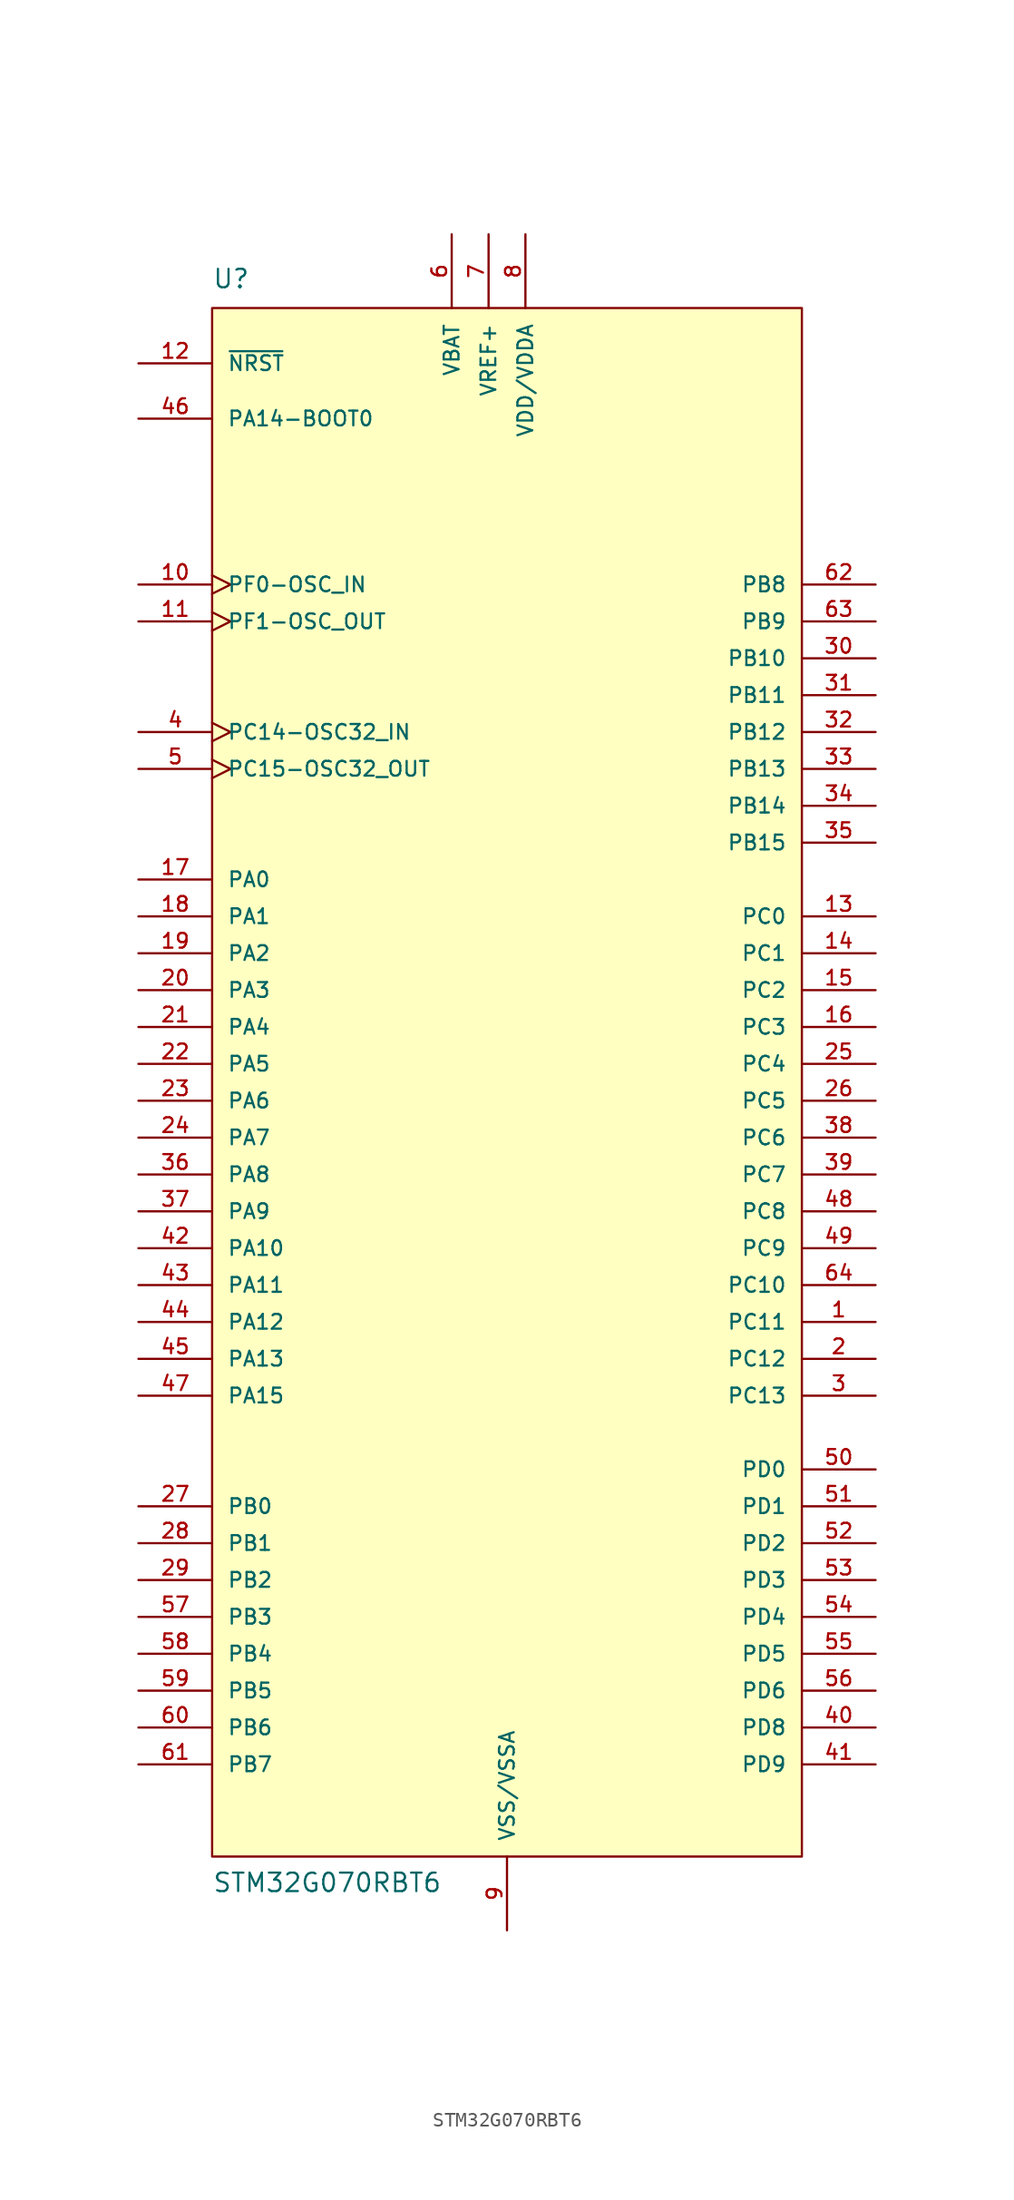
<source format=kicad_sym>
(kicad_symbol_lib
  (version 20211014)
  (generator kicad_symbol_editor)
  (symbol "STM32G070RBT6"
    (pin_names
      (offset 1.016))
    (property "Reference" "U"
      (at -20.32 54.61 0)
      (effects (font (size 1.27 1.27)) (justify left bottom)))
    (property "Value" "STM32G070RBT6"
      (at -20.32 -55.88 0)
      (effects (font (size 1.27 1.27)) (justify left bottom)))
    (symbol "STM32G070RBT6_0_0"
      (rectangle (start -20.32 -53.34) (end 20.32 53.34) (stroke (width 0.152) (type default) (color 0 0 0 0)) (fill (type background)))
      (pin bidirectional line (at 25.4 -16.51 180) (length 5.08) (name "PC11" (effects (font (size 1.016 1.016)))) (number "1" (effects (font (size 1.016 1.016)))))
      (pin bidirectional clock (at -25.4 34.29 0) (length 5.08) (name "PF0-OSC_IN" (effects (font (size 1.016 1.016)))) (number "10" (effects (font (size 1.016 1.016)))))
      (pin bidirectional clock (at -25.4 31.75 0) (length 5.08) (name "PF1-OSC_OUT" (effects (font (size 1.016 1.016)))) (number "11" (effects (font (size 1.016 1.016)))))
      (pin input line (at -25.4 49.53 0) (length 5.08) (name "~{NRST}" (effects (font (size 1.016 1.016)))) (number "12" (effects (font (size 1.016 1.016)))))
      (pin bidirectional line (at 25.4 11.43 180) (length 5.08) (name "PC0" (effects (font (size 1.016 1.016)))) (number "13" (effects (font (size 1.016 1.016)))))
      (pin bidirectional line (at 25.4 8.89 180) (length 5.08) (name "PC1" (effects (font (size 1.016 1.016)))) (number "14" (effects (font (size 1.016 1.016)))))
      (pin bidirectional line (at 25.4 6.35 180) (length 5.08) (name "PC2" (effects (font (size 1.016 1.016)))) (number "15" (effects (font (size 1.016 1.016)))))
      (pin bidirectional line (at 25.4 3.81 180) (length 5.08) (name "PC3" (effects (font (size 1.016 1.016)))) (number "16" (effects (font (size 1.016 1.016)))))
      (pin bidirectional line (at -25.4 13.97 0) (length 5.08) (name "PA0" (effects (font (size 1.016 1.016)))) (number "17" (effects (font (size 1.016 1.016)))))
      (pin bidirectional line (at -25.4 11.43 0) (length 5.08) (name "PA1" (effects (font (size 1.016 1.016)))) (number "18" (effects (font (size 1.016 1.016)))))
      (pin bidirectional line (at -25.4 8.89 0) (length 5.08) (name "PA2" (effects (font (size 1.016 1.016)))) (number "19" (effects (font (size 1.016 1.016)))))
      (pin bidirectional line (at 25.4 -19.05 180) (length 5.08) (name "PC12" (effects (font (size 1.016 1.016)))) (number "2" (effects (font (size 1.016 1.016)))))
      (pin bidirectional line (at -25.4 6.35 0) (length 5.08) (name "PA3" (effects (font (size 1.016 1.016)))) (number "20" (effects (font (size 1.016 1.016)))))
      (pin bidirectional line (at -25.4 3.81 0) (length 5.08) (name "PA4" (effects (font (size 1.016 1.016)))) (number "21" (effects (font (size 1.016 1.016)))))
      (pin bidirectional line (at -25.4 1.27 0) (length 5.08) (name "PA5" (effects (font (size 1.016 1.016)))) (number "22" (effects (font (size 1.016 1.016)))))
      (pin bidirectional line (at -25.4 -1.27 0) (length 5.08) (name "PA6" (effects (font (size 1.016 1.016)))) (number "23" (effects (font (size 1.016 1.016)))))
      (pin bidirectional line (at -25.4 -3.81 0) (length 5.08) (name "PA7" (effects (font (size 1.016 1.016)))) (number "24" (effects (font (size 1.016 1.016)))))
      (pin bidirectional line (at 25.4 1.27 180) (length 5.08) (name "PC4" (effects (font (size 1.016 1.016)))) (number "25" (effects (font (size 1.016 1.016)))))
      (pin bidirectional line (at 25.4 -1.27 180) (length 5.08) (name "PC5" (effects (font (size 1.016 1.016)))) (number "26" (effects (font (size 1.016 1.016)))))
      (pin bidirectional line (at -25.4 -29.21 0) (length 5.08) (name "PB0" (effects (font (size 1.016 1.016)))) (number "27" (effects (font (size 1.016 1.016)))))
      (pin bidirectional line (at -25.4 -31.75 0) (length 5.08) (name "PB1" (effects (font (size 1.016 1.016)))) (number "28" (effects (font (size 1.016 1.016)))))
      (pin bidirectional line (at -25.4 -34.29 0) (length 5.08) (name "PB2" (effects (font (size 1.016 1.016)))) (number "29" (effects (font (size 1.016 1.016)))))
      (pin bidirectional line (at 25.4 -21.59 180) (length 5.08) (name "PC13" (effects (font (size 1.016 1.016)))) (number "3" (effects (font (size 1.016 1.016)))))
      (pin bidirectional line (at 25.4 29.21 180) (length 5.08) (name "PB10" (effects (font (size 1.016 1.016)))) (number "30" (effects (font (size 1.016 1.016)))))
      (pin bidirectional line (at 25.4 26.67 180) (length 5.08) (name "PB11" (effects (font (size 1.016 1.016)))) (number "31" (effects (font (size 1.016 1.016)))))
      (pin bidirectional line (at 25.4 24.13 180) (length 5.08) (name "PB12" (effects (font (size 1.016 1.016)))) (number "32" (effects (font (size 1.016 1.016)))))
      (pin bidirectional line (at 25.4 21.59 180) (length 5.08) (name "PB13" (effects (font (size 1.016 1.016)))) (number "33" (effects (font (size 1.016 1.016)))))
      (pin bidirectional line (at 25.4 19.05 180) (length 5.08) (name "PB14" (effects (font (size 1.016 1.016)))) (number "34" (effects (font (size 1.016 1.016)))))
      (pin bidirectional line (at 25.4 16.51 180) (length 5.08) (name "PB15" (effects (font (size 1.016 1.016)))) (number "35" (effects (font (size 1.016 1.016)))))
      (pin bidirectional line (at -25.4 -6.35 0) (length 5.08) (name "PA8" (effects (font (size 1.016 1.016)))) (number "36" (effects (font (size 1.016 1.016)))))
      (pin bidirectional line (at -25.4 -8.89 0) (length 5.08) (name "PA9" (effects (font (size 1.016 1.016)))) (number "37" (effects (font (size 1.016 1.016)))))
      (pin bidirectional line (at 25.4 -3.81 180) (length 5.08) (name "PC6" (effects (font (size 1.016 1.016)))) (number "38" (effects (font (size 1.016 1.016)))))
      (pin bidirectional line (at 25.4 -6.35 180) (length 5.08) (name "PC7" (effects (font (size 1.016 1.016)))) (number "39" (effects (font (size 1.016 1.016)))))
      (pin bidirectional clock (at -25.4 24.13 0) (length 5.08) (name "PC14-OSC32_IN" (effects (font (size 1.016 1.016)))) (number "4" (effects (font (size 1.016 1.016)))))
      (pin bidirectional line (at 25.4 -44.45 180) (length 5.08) (name "PD8" (effects (font (size 1.016 1.016)))) (number "40" (effects (font (size 1.016 1.016)))))
      (pin bidirectional line (at 25.4 -46.99 180) (length 5.08) (name "PD9" (effects (font (size 1.016 1.016)))) (number "41" (effects (font (size 1.016 1.016)))))
      (pin bidirectional line (at -25.4 -11.43 0) (length 5.08) (name "PA10" (effects (font (size 1.016 1.016)))) (number "42" (effects (font (size 1.016 1.016)))))
      (pin bidirectional line (at -25.4 -13.97 0) (length 5.08) (name "PA11" (effects (font (size 1.016 1.016)))) (number "43" (effects (font (size 1.016 1.016)))))
      (pin bidirectional line (at -25.4 -16.51 0) (length 5.08) (name "PA12" (effects (font (size 1.016 1.016)))) (number "44" (effects (font (size 1.016 1.016)))))
      (pin bidirectional line (at -25.4 -19.05 0) (length 5.08) (name "PA13" (effects (font (size 1.016 1.016)))) (number "45" (effects (font (size 1.016 1.016)))))
      (pin bidirectional line (at -25.4 45.72 0) (length 5.08) (name "PA14-BOOT0" (effects (font (size 1.016 1.016)))) (number "46" (effects (font (size 1.016 1.016)))))
      (pin bidirectional line (at -25.4 -21.59 0) (length 5.08) (name "PA15" (effects (font (size 1.016 1.016)))) (number "47" (effects (font (size 1.016 1.016)))))
      (pin bidirectional line (at 25.4 -8.89 180) (length 5.08) (name "PC8" (effects (font (size 1.016 1.016)))) (number "48" (effects (font (size 1.016 1.016)))))
      (pin bidirectional line (at 25.4 -11.43 180) (length 5.08) (name "PC9" (effects (font (size 1.016 1.016)))) (number "49" (effects (font (size 1.016 1.016)))))
      (pin bidirectional clock (at -25.4 21.59 0) (length 5.08) (name "PC15-OSC32_OUT" (effects (font (size 1.016 1.016)))) (number "5" (effects (font (size 1.016 1.016)))))
      (pin bidirectional line (at 25.4 -26.67 180) (length 5.08) (name "PD0" (effects (font (size 1.016 1.016)))) (number "50" (effects (font (size 1.016 1.016)))))
      (pin bidirectional line (at 25.4 -29.21 180) (length 5.08) (name "PD1" (effects (font (size 1.016 1.016)))) (number "51" (effects (font (size 1.016 1.016)))))
      (pin bidirectional line (at 25.4 -31.75 180) (length 5.08) (name "PD2" (effects (font (size 1.016 1.016)))) (number "52" (effects (font (size 1.016 1.016)))))
      (pin bidirectional line (at 25.4 -34.29 180) (length 5.08) (name "PD3" (effects (font (size 1.016 1.016)))) (number "53" (effects (font (size 1.016 1.016)))))
      (pin bidirectional line (at 25.4 -36.83 180) (length 5.08) (name "PD4" (effects (font (size 1.016 1.016)))) (number "54" (effects (font (size 1.016 1.016)))))
      (pin bidirectional line (at 25.4 -39.37 180) (length 5.08) (name "PD5" (effects (font (size 1.016 1.016)))) (number "55" (effects (font (size 1.016 1.016)))))
      (pin bidirectional line (at 25.4 -41.91 180) (length 5.08) (name "PD6" (effects (font (size 1.016 1.016)))) (number "56" (effects (font (size 1.016 1.016)))))
      (pin bidirectional line (at -25.4 -36.83 0) (length 5.08) (name "PB3" (effects (font (size 1.016 1.016)))) (number "57" (effects (font (size 1.016 1.016)))))
      (pin bidirectional line (at -25.4 -39.37 0) (length 5.08) (name "PB4" (effects (font (size 1.016 1.016)))) (number "58" (effects (font (size 1.016 1.016)))))
      (pin bidirectional line (at -25.4 -41.91 0) (length 5.08) (name "PB5" (effects (font (size 1.016 1.016)))) (number "59" (effects (font (size 1.016 1.016)))))
      (pin power_in line (at -3.81 58.42 270) (length 5.08) (name "VBAT" (effects (font (size 1.016 1.016)))) (number "6" (effects (font (size 1.016 1.016)))))
      (pin bidirectional line (at -25.4 -44.45 0) (length 5.08) (name "PB6" (effects (font (size 1.016 1.016)))) (number "60" (effects (font (size 1.016 1.016)))))
      (pin bidirectional line (at -25.4 -46.99 0) (length 5.08) (name "PB7" (effects (font (size 1.016 1.016)))) (number "61" (effects (font (size 1.016 1.016)))))
      (pin bidirectional line (at 25.4 34.29 180) (length 5.08) (name "PB8" (effects (font (size 1.016 1.016)))) (number "62" (effects (font (size 1.016 1.016)))))
      (pin bidirectional line (at 25.4 31.75 180) (length 5.08) (name "PB9" (effects (font (size 1.016 1.016)))) (number "63" (effects (font (size 1.016 1.016)))))
      (pin bidirectional line (at 25.4 -13.97 180) (length 5.08) (name "PC10" (effects (font (size 1.016 1.016)))) (number "64" (effects (font (size 1.016 1.016)))))
      (pin power_in line (at -1.27 58.42 270) (length 5.08) (name "VREF+" (effects (font (size 1.016 1.016)))) (number "7" (effects (font (size 1.016 1.016)))))
      (pin power_in line (at 1.27 58.42 270) (length 5.08) (name "VDD/VDDA" (effects (font (size 1.016 1.016)))) (number "8" (effects (font (size 1.016 1.016)))))
      (pin power_in line (at 0 -58.42 90) (length 5.08) (name "VSS/VSSA" (effects (font (size 1.016 1.016)))) (number "9" (effects (font (size 1.016 1.016))))))))
</source>
